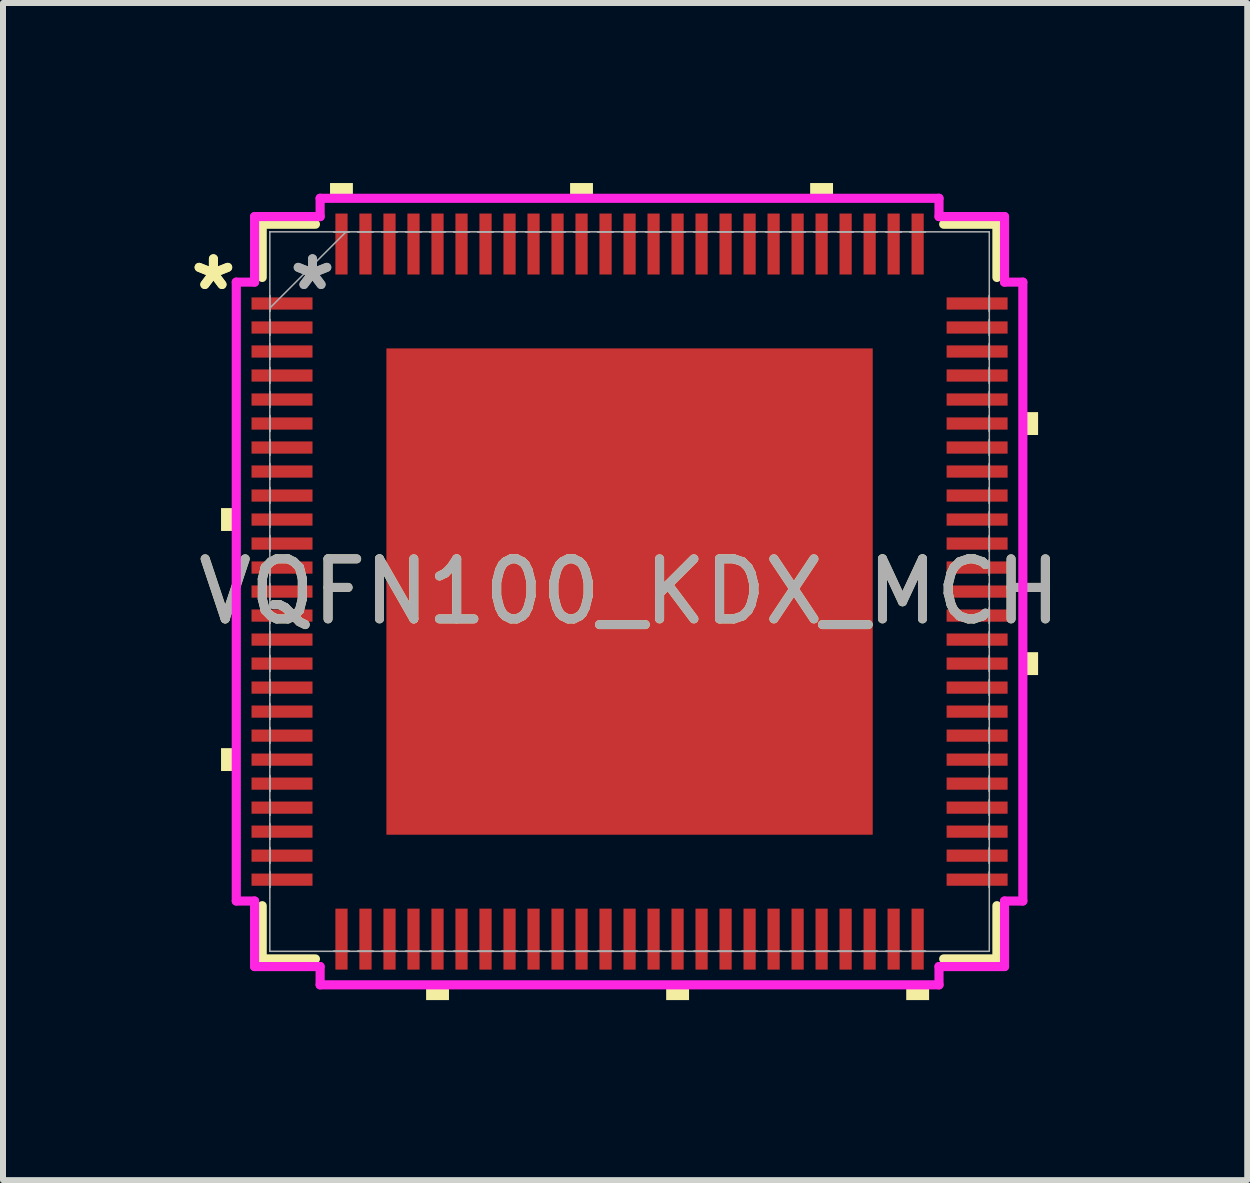
<source format=kicad_pcb>
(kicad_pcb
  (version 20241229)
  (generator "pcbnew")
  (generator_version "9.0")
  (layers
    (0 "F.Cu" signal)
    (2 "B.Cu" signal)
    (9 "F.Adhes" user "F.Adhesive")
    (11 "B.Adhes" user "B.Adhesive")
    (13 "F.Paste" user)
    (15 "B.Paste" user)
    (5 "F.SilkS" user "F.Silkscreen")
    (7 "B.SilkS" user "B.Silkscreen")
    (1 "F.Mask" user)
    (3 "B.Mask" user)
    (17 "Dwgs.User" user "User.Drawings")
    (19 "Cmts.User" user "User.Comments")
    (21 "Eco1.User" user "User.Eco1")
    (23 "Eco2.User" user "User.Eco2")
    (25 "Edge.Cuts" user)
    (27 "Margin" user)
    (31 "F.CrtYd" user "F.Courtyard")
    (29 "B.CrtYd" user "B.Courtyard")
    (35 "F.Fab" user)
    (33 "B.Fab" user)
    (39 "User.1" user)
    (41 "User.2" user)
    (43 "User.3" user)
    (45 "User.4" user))
  (footprint "VQFN100_KDX_MCH"
    (layer "F.Cu")
    (at 7.44 6.807)
    (property "Reference" "VQFN100_KDX_MCH" (at 0 0 0) (unlocked yes) (layer "F.SilkS") (effects (font (size 1 1) (thickness 0.15))))
    (attr smd)
    (fp_line (start -6.121 -6.121) (end -6.121 -5.234) (stroke (width 0.152) (type solid)) (layer "F.SilkS"))
    (fp_line (start -6.121 5.234) (end -6.121 6.121) (stroke (width 0.152) (type solid)) (layer "F.SilkS"))
    (fp_line (start -6.121 6.121) (end -5.234 6.121) (stroke (width 0.152) (type solid)) (layer "F.SilkS"))
    (fp_line (start -5.234 -6.121) (end -6.121 -6.121) (stroke (width 0.152) (type solid)) (layer "F.SilkS"))
    (fp_line (start 5.234 6.121) (end 6.121 6.121) (stroke (width 0.152) (type solid)) (layer "F.SilkS"))
    (fp_line (start 6.121 -6.121) (end 5.234 -6.121) (stroke (width 0.152) (type solid)) (layer "F.SilkS"))
    (fp_line (start 6.121 -5.234) (end 6.121 -6.121) (stroke (width 0.152) (type solid)) (layer "F.SilkS"))
    (fp_line (start 6.121 6.121) (end 6.121 5.234) (stroke (width 0.152) (type solid)) (layer "F.SilkS"))
    (fp_poly (pts (xy -6.807 -1.391) (xy -6.807 -1.01) (xy -6.553 -1.01) (xy -6.553 -1.391)) (stroke (width 0) (type solid)) (fill yes) (layer "F.SilkS"))
    (fp_poly (pts (xy -6.807 2.609) (xy -6.807 2.99) (xy -6.553 2.99) (xy -6.553 2.609)) (stroke (width 0) (type solid)) (fill yes) (layer "F.SilkS"))
    (fp_poly (pts (xy -4.991 -6.553) (xy -4.991 -6.807) (xy -4.61 -6.807) (xy -4.61 -6.553)) (stroke (width 0) (type solid)) (fill yes) (layer "F.SilkS"))
    (fp_poly (pts (xy -3.39 6.553) (xy -3.39 6.807) (xy -3.009 6.807) (xy -3.009 6.553)) (stroke (width 0) (type solid)) (fill yes) (layer "F.SilkS"))
    (fp_poly (pts (xy -0.991 -6.553) (xy -0.991 -6.807) (xy -0.61 -6.807) (xy -0.61 -6.553)) (stroke (width 0) (type solid)) (fill yes) (layer "F.SilkS"))
    (fp_poly (pts (xy 0.61 6.553) (xy 0.61 6.807) (xy 0.991 6.807) (xy 0.991 6.553)) (stroke (width 0) (type solid)) (fill yes) (layer "F.SilkS"))
    (fp_poly (pts (xy 3.009 -6.553) (xy 3.009 -6.807) (xy 3.39 -6.807) (xy 3.39 -6.553)) (stroke (width 0) (type solid)) (fill yes) (layer "F.SilkS"))
    (fp_poly (pts (xy 4.61 6.553) (xy 4.61 6.807) (xy 4.991 6.807) (xy 4.991 6.553)) (stroke (width 0) (type solid)) (fill yes) (layer "F.SilkS"))
    (fp_poly (pts (xy 6.807 -2.99) (xy 6.807 -2.609) (xy 6.553 -2.609) (xy 6.553 -2.99)) (stroke (width 0) (type solid)) (fill yes) (layer "F.SilkS"))
    (fp_poly (pts (xy 6.807 1.01) (xy 6.807 1.391) (xy 6.553 1.391) (xy 6.553 1.01)) (stroke (width 0) (type solid)) (fill yes) (layer "F.SilkS"))
    (fp_poly (pts (xy -3.951 -3.951) (xy -3.951 -2.801) (xy -2.801 -2.801) (xy -2.801 -3.951)) (stroke (width 0) (type solid)) (fill yes) (layer "F.Paste"))
    (fp_poly (pts (xy -3.951 -2.601) (xy -3.951 -1.45) (xy -2.801 -1.45) (xy -2.801 -2.601)) (stroke (width 0) (type solid)) (fill yes) (layer "F.Paste"))
    (fp_poly (pts (xy -3.951 -1.25) (xy -3.951 -0.1) (xy -2.801 -0.1) (xy -2.801 -1.25)) (stroke (width 0) (type solid)) (fill yes) (layer "F.Paste"))
    (fp_poly (pts (xy -3.951 0.1) (xy -3.951 1.25) (xy -2.801 1.25) (xy -2.801 0.1)) (stroke (width 0) (type solid)) (fill yes) (layer "F.Paste"))
    (fp_poly (pts (xy -3.951 1.45) (xy -3.951 2.601) (xy -2.801 2.601) (xy -2.801 1.45)) (stroke (width 0) (type solid)) (fill yes) (layer "F.Paste"))
    (fp_poly (pts (xy -3.951 2.801) (xy -3.951 3.951) (xy -2.801 3.951) (xy -2.801 2.801)) (stroke (width 0) (type solid)) (fill yes) (layer "F.Paste"))
    (fp_poly (pts (xy -2.601 -3.951) (xy -2.601 -2.801) (xy -1.45 -2.801) (xy -1.45 -3.951)) (stroke (width 0) (type solid)) (fill yes) (layer "F.Paste"))
    (fp_poly (pts (xy -2.601 -2.601) (xy -2.601 -1.45) (xy -1.45 -1.45) (xy -1.45 -2.601)) (stroke (width 0) (type solid)) (fill yes) (layer "F.Paste"))
    (fp_poly (pts (xy -2.601 -1.25) (xy -2.601 -0.1) (xy -1.45 -0.1) (xy -1.45 -1.25)) (stroke (width 0) (type solid)) (fill yes) (layer "F.Paste"))
    (fp_poly (pts (xy -2.601 0.1) (xy -2.601 1.25) (xy -1.45 1.25) (xy -1.45 0.1)) (stroke (width 0) (type solid)) (fill yes) (layer "F.Paste"))
    (fp_poly (pts (xy -2.601 1.45) (xy -2.601 2.601) (xy -1.45 2.601) (xy -1.45 1.45)) (stroke (width 0) (type solid)) (fill yes) (layer "F.Paste"))
    (fp_poly (pts (xy -2.601 2.801) (xy -2.601 3.951) (xy -1.45 3.951) (xy -1.45 2.801)) (stroke (width 0) (type solid)) (fill yes) (layer "F.Paste"))
    (fp_poly (pts (xy -1.25 -3.951) (xy -1.25 -2.801) (xy -0.1 -2.801) (xy -0.1 -3.951)) (stroke (width 0) (type solid)) (fill yes) (layer "F.Paste"))
    (fp_poly (pts (xy -1.25 -2.601) (xy -1.25 -1.45) (xy -0.1 -1.45) (xy -0.1 -2.601)) (stroke (width 0) (type solid)) (fill yes) (layer "F.Paste"))
    (fp_poly (pts (xy -1.25 -1.25) (xy -1.25 -0.1) (xy -0.1 -0.1) (xy -0.1 -1.25)) (stroke (width 0) (type solid)) (fill yes) (layer "F.Paste"))
    (fp_poly (pts (xy -1.25 0.1) (xy -1.25 1.25) (xy -0.1 1.25) (xy -0.1 0.1)) (stroke (width 0) (type solid)) (fill yes) (layer "F.Paste"))
    (fp_poly (pts (xy -1.25 1.45) (xy -1.25 2.601) (xy -0.1 2.601) (xy -0.1 1.45)) (stroke (width 0) (type solid)) (fill yes) (layer "F.Paste"))
    (fp_poly (pts (xy -1.25 2.801) (xy -1.25 3.951) (xy -0.1 3.951) (xy -0.1 2.801)) (stroke (width 0) (type solid)) (fill yes) (layer "F.Paste"))
    (fp_poly (pts (xy 0.1 -3.951) (xy 0.1 -2.801) (xy 1.25 -2.801) (xy 1.25 -3.951)) (stroke (width 0) (type solid)) (fill yes) (layer "F.Paste"))
    (fp_poly (pts (xy 0.1 -2.601) (xy 0.1 -1.45) (xy 1.25 -1.45) (xy 1.25 -2.601)) (stroke (width 0) (type solid)) (fill yes) (layer "F.Paste"))
    (fp_poly (pts (xy 0.1 -1.25) (xy 0.1 -0.1) (xy 1.25 -0.1) (xy 1.25 -1.25)) (stroke (width 0) (type solid)) (fill yes) (layer "F.Paste"))
    (fp_poly (pts (xy 0.1 0.1) (xy 0.1 1.25) (xy 1.25 1.25) (xy 1.25 0.1)) (stroke (width 0) (type solid)) (fill yes) (layer "F.Paste"))
    (fp_poly (pts (xy 0.1 1.45) (xy 0.1 2.601) (xy 1.25 2.601) (xy 1.25 1.45)) (stroke (width 0) (type solid)) (fill yes) (layer "F.Paste"))
    (fp_poly (pts (xy 0.1 2.801) (xy 0.1 3.951) (xy 1.25 3.951) (xy 1.25 2.801)) (stroke (width 0) (type solid)) (fill yes) (layer "F.Paste"))
    (fp_poly (pts (xy 1.45 -3.951) (xy 1.45 -2.801) (xy 2.601 -2.801) (xy 2.601 -3.951)) (stroke (width 0) (type solid)) (fill yes) (layer "F.Paste"))
    (fp_poly (pts (xy 1.45 -2.601) (xy 1.45 -1.45) (xy 2.601 -1.45) (xy 2.601 -2.601)) (stroke (width 0) (type solid)) (fill yes) (layer "F.Paste"))
    (fp_poly (pts (xy 1.45 -1.25) (xy 1.45 -0.1) (xy 2.601 -0.1) (xy 2.601 -1.25)) (stroke (width 0) (type solid)) (fill yes) (layer "F.Paste"))
    (fp_poly (pts (xy 1.45 0.1) (xy 1.45 1.25) (xy 2.601 1.25) (xy 2.601 0.1)) (stroke (width 0) (type solid)) (fill yes) (layer "F.Paste"))
    (fp_poly (pts (xy 1.45 1.45) (xy 1.45 2.601) (xy 2.601 2.601) (xy 2.601 1.45)) (stroke (width 0) (type solid)) (fill yes) (layer "F.Paste"))
    (fp_poly (pts (xy 1.45 2.801) (xy 1.45 3.951) (xy 2.601 3.951) (xy 2.601 2.801)) (stroke (width 0) (type solid)) (fill yes) (layer "F.Paste"))
    (fp_poly (pts (xy 2.801 -3.951) (xy 2.801 -2.801) (xy 3.951 -2.801) (xy 3.951 -3.951)) (stroke (width 0) (type solid)) (fill yes) (layer "F.Paste"))
    (fp_poly (pts (xy 2.801 -2.601) (xy 2.801 -1.45) (xy 3.951 -1.45) (xy 3.951 -2.601)) (stroke (width 0) (type solid)) (fill yes) (layer "F.Paste"))
    (fp_poly (pts (xy 2.801 -1.25) (xy 2.801 -0.1) (xy 3.951 -0.1) (xy 3.951 -1.25)) (stroke (width 0) (type solid)) (fill yes) (layer "F.Paste"))
    (fp_poly (pts (xy 2.801 0.1) (xy 2.801 1.25) (xy 3.951 1.25) (xy 3.951 0.1)) (stroke (width 0) (type solid)) (fill yes) (layer "F.Paste"))
    (fp_poly (pts (xy 2.801 1.45) (xy 2.801 2.601) (xy 3.951 2.601) (xy 3.951 1.45)) (stroke (width 0) (type solid)) (fill yes) (layer "F.Paste"))
    (fp_poly (pts (xy 2.801 2.801) (xy 2.801 3.951) (xy 3.951 3.951) (xy 3.951 2.801)) (stroke (width 0) (type solid)) (fill yes) (layer "F.Paste"))
    (fp_line (start -6.553 -5.156) (end -6.248 -5.156) (stroke (width 0.152) (type solid)) (layer "F.CrtYd"))
    (fp_line (start -6.553 5.156) (end -6.553 -5.156) (stroke (width 0.152) (type solid)) (layer "F.CrtYd"))
    (fp_line (start -6.248 -6.248) (end -5.156 -6.248) (stroke (width 0.152) (type solid)) (layer "F.CrtYd"))
    (fp_line (start -6.248 -5.156) (end -6.248 -6.248) (stroke (width 0.152) (type solid)) (layer "F.CrtYd"))
    (fp_line (start -6.248 5.156) (end -6.553 5.156) (stroke (width 0.152) (type solid)) (layer "F.CrtYd"))
    (fp_line (start -6.248 6.248) (end -6.248 5.156) (stroke (width 0.152) (type solid)) (layer "F.CrtYd"))
    (fp_line (start -5.156 -6.553) (end 5.156 -6.553) (stroke (width 0.152) (type solid)) (layer "F.CrtYd"))
    (fp_line (start -5.156 -6.248) (end -5.156 -6.553) (stroke (width 0.152) (type solid)) (layer "F.CrtYd"))
    (fp_line (start -5.156 6.248) (end -6.248 6.248) (stroke (width 0.152) (type solid)) (layer "F.CrtYd"))
    (fp_line (start -5.156 6.553) (end -5.156 6.248) (stroke (width 0.152) (type solid)) (layer "F.CrtYd"))
    (fp_line (start 5.156 -6.553) (end 5.156 -6.248) (stroke (width 0.152) (type solid)) (layer "F.CrtYd"))
    (fp_line (start 5.156 -6.248) (end 6.248 -6.248) (stroke (width 0.152) (type solid)) (layer "F.CrtYd"))
    (fp_line (start 5.156 6.248) (end 5.156 6.553) (stroke (width 0.152) (type solid)) (layer "F.CrtYd"))
    (fp_line (start 5.156 6.553) (end -5.156 6.553) (stroke (width 0.152) (type solid)) (layer "F.CrtYd"))
    (fp_line (start 6.248 -6.248) (end 6.248 -5.156) (stroke (width 0.152) (type solid)) (layer "F.CrtYd"))
    (fp_line (start 6.248 -5.156) (end 6.553 -5.156) (stroke (width 0.152) (type solid)) (layer "F.CrtYd"))
    (fp_line (start 6.248 5.156) (end 6.248 6.248) (stroke (width 0.152) (type solid)) (layer "F.CrtYd"))
    (fp_line (start 6.248 6.248) (end 5.156 6.248) (stroke (width 0.152) (type solid)) (layer "F.CrtYd"))
    (fp_line (start 6.553 -5.156) (end 6.553 5.156) (stroke (width 0.152) (type solid)) (layer "F.CrtYd"))
    (fp_line (start 6.553 5.156) (end 6.248 5.156) (stroke (width 0.152) (type solid)) (layer "F.CrtYd"))
    (fp_line (start -5.994 -5.994) (end -5.994 -5.994) (stroke (width 0.025) (type solid)) (layer "F.Fab"))
    (fp_line (start -5.994 -5.994) (end -5.994 5.994) (stroke (width 0.025) (type solid)) (layer "F.Fab"))
    (fp_line (start -5.994 -4.927) (end -5.994 -4.927) (stroke (width 0.025) (type solid)) (layer "F.Fab"))
    (fp_line (start -5.994 -4.927) (end -5.994 -4.673) (stroke (width 0.025) (type solid)) (layer "F.Fab"))
    (fp_line (start -5.994 -4.724) (end -4.724 -5.994) (stroke (width 0.025) (type solid)) (layer "F.Fab"))
    (fp_line (start -5.994 -4.673) (end -5.994 -4.927) (stroke (width 0.025) (type solid)) (layer "F.Fab"))
    (fp_line (start -5.994 -4.673) (end -5.994 -4.673) (stroke (width 0.025) (type solid)) (layer "F.Fab"))
    (fp_line (start -5.994 -4.527) (end -5.994 -4.527) (stroke (width 0.025) (type solid)) (layer "F.Fab"))
    (fp_line (start -5.994 -4.527) (end -5.994 -4.273) (stroke (width 0.025) (type solid)) (layer "F.Fab"))
    (fp_line (start -5.994 -4.273) (end -5.994 -4.527) (stroke (width 0.025) (type solid)) (layer "F.Fab"))
    (fp_line (start -5.994 -4.273) (end -5.994 -4.273) (stroke (width 0.025) (type solid)) (layer "F.Fab"))
    (fp_line (start -5.994 -4.127) (end -5.994 -4.127) (stroke (width 0.025) (type solid)) (layer "F.Fab"))
    (fp_line (start -5.994 -4.127) (end -5.994 -3.873) (stroke (width 0.025) (type solid)) (layer "F.Fab"))
    (fp_line (start -5.994 -3.873) (end -5.994 -4.127) (stroke (width 0.025) (type solid)) (layer "F.Fab"))
    (fp_line (start -5.994 -3.873) (end -5.994 -3.873) (stroke (width 0.025) (type solid)) (layer "F.Fab"))
    (fp_line (start -5.994 -3.727) (end -5.994 -3.727) (stroke (width 0.025) (type solid)) (layer "F.Fab"))
    (fp_line (start -5.994 -3.727) (end -5.994 -3.473) (stroke (width 0.025) (type solid)) (layer "F.Fab"))
    (fp_line (start -5.994 -3.473) (end -5.994 -3.727) (stroke (width 0.025) (type solid)) (layer "F.Fab"))
    (fp_line (start -5.994 -3.473) (end -5.994 -3.473) (stroke (width 0.025) (type solid)) (layer "F.Fab"))
    (fp_line (start -5.994 -3.327) (end -5.994 -3.327) (stroke (width 0.025) (type solid)) (layer "F.Fab"))
    (fp_line (start -5.994 -3.327) (end -5.994 -3.073) (stroke (width 0.025) (type solid)) (layer "F.Fab"))
    (fp_line (start -5.994 -3.073) (end -5.994 -3.327) (stroke (width 0.025) (type solid)) (layer "F.Fab"))
    (fp_line (start -5.994 -3.073) (end -5.994 -3.073) (stroke (width 0.025) (type solid)) (layer "F.Fab"))
    (fp_line (start -5.994 -2.927) (end -5.994 -2.927) (stroke (width 0.025) (type solid)) (layer "F.Fab"))
    (fp_line (start -5.994 -2.927) (end -5.994 -2.673) (stroke (width 0.025) (type solid)) (layer "F.Fab"))
    (fp_line (start -5.994 -2.673) (end -5.994 -2.927) (stroke (width 0.025) (type solid)) (layer "F.Fab"))
    (fp_line (start -5.994 -2.673) (end -5.994 -2.673) (stroke (width 0.025) (type solid)) (layer "F.Fab"))
    (fp_line (start -5.994 -2.527) (end -5.994 -2.527) (stroke (width 0.025) (type solid)) (layer "F.Fab"))
    (fp_line (start -5.994 -2.527) (end -5.994 -2.273) (stroke (width 0.025) (type solid)) (layer "F.Fab"))
    (fp_line (start -5.994 -2.273) (end -5.994 -2.527) (stroke (width 0.025) (type solid)) (layer "F.Fab"))
    (fp_line (start -5.994 -2.273) (end -5.994 -2.273) (stroke (width 0.025) (type solid)) (layer "F.Fab"))
    (fp_line (start -5.994 -2.127) (end -5.994 -2.127) (stroke (width 0.025) (type solid)) (layer "F.Fab"))
    (fp_line (start -5.994 -2.127) (end -5.994 -1.873) (stroke (width 0.025) (type solid)) (layer "F.Fab"))
    (fp_line (start -5.994 -1.873) (end -5.994 -2.127) (stroke (width 0.025) (type solid)) (layer "F.Fab"))
    (fp_line (start -5.994 -1.873) (end -5.994 -1.873) (stroke (width 0.025) (type solid)) (layer "F.Fab"))
    (fp_line (start -5.994 -1.727) (end -5.994 -1.727) (stroke (width 0.025) (type solid)) (layer "F.Fab"))
    (fp_line (start -5.994 -1.727) (end -5.994 -1.473) (stroke (width 0.025) (type solid)) (layer "F.Fab"))
    (fp_line (start -5.994 -1.473) (end -5.994 -1.727) (stroke (width 0.025) (type solid)) (layer "F.Fab"))
    (fp_line (start -5.994 -1.473) (end -5.994 -1.473) (stroke (width 0.025) (type solid)) (layer "F.Fab"))
    (fp_line (start -5.994 -1.327) (end -5.994 -1.327) (stroke (width 0.025) (type solid)) (layer "F.Fab"))
    (fp_line (start -5.994 -1.327) (end -5.994 -1.073) (stroke (width 0.025) (type solid)) (layer "F.Fab"))
    (fp_line (start -5.994 -1.073) (end -5.994 -1.327) (stroke (width 0.025) (type solid)) (layer "F.Fab"))
    (fp_line (start -5.994 -1.073) (end -5.994 -1.073) (stroke (width 0.025) (type solid)) (layer "F.Fab"))
    (fp_line (start -5.994 -0.927) (end -5.994 -0.927) (stroke (width 0.025) (type solid)) (layer "F.Fab"))
    (fp_line (start -5.994 -0.927) (end -5.994 -0.673) (stroke (width 0.025) (type solid)) (layer "F.Fab"))
    (fp_line (start -5.994 -0.673) (end -5.994 -0.927) (stroke (width 0.025) (type solid)) (layer "F.Fab"))
    (fp_line (start -5.994 -0.673) (end -5.994 -0.673) (stroke (width 0.025) (type solid)) (layer "F.Fab"))
    (fp_line (start -5.994 -0.527) (end -5.994 -0.527) (stroke (width 0.025) (type solid)) (layer "F.Fab"))
    (fp_line (start -5.994 -0.527) (end -5.994 -0.273) (stroke (width 0.025) (type solid)) (layer "F.Fab"))
    (fp_line (start -5.994 -0.273) (end -5.994 -0.527) (stroke (width 0.025) (type solid)) (layer "F.Fab"))
    (fp_line (start -5.994 -0.273) (end -5.994 -0.273) (stroke (width 0.025) (type solid)) (layer "F.Fab"))
    (fp_line (start -5.994 -0.127) (end -5.994 -0.127) (stroke (width 0.025) (type solid)) (layer "F.Fab"))
    (fp_line (start -5.994 -0.127) (end -5.994 0.127) (stroke (width 0.025) (type solid)) (layer "F.Fab"))
    (fp_line (start -5.994 0.127) (end -5.994 -0.127) (stroke (width 0.025) (type solid)) (layer "F.Fab"))
    (fp_line (start -5.994 0.127) (end -5.994 0.127) (stroke (width 0.025) (type solid)) (layer "F.Fab"))
    (fp_line (start -5.994 0.273) (end -5.994 0.273) (stroke (width 0.025) (type solid)) (layer "F.Fab"))
    (fp_line (start -5.994 0.273) (end -5.994 0.527) (stroke (width 0.025) (type solid)) (layer "F.Fab"))
    (fp_line (start -5.994 0.527) (end -5.994 0.273) (stroke (width 0.025) (type solid)) (layer "F.Fab"))
    (fp_line (start -5.994 0.527) (end -5.994 0.527) (stroke (width 0.025) (type solid)) (layer "F.Fab"))
    (fp_line (start -5.994 0.673) (end -5.994 0.673) (stroke (width 0.025) (type solid)) (layer "F.Fab"))
    (fp_line (start -5.994 0.673) (end -5.994 0.927) (stroke (width 0.025) (type solid)) (layer "F.Fab"))
    (fp_line (start -5.994 0.927) (end -5.994 0.673) (stroke (width 0.025) (type solid)) (layer "F.Fab"))
    (fp_line (start -5.994 0.927) (end -5.994 0.927) (stroke (width 0.025) (type solid)) (layer "F.Fab"))
    (fp_line (start -5.994 1.073) (end -5.994 1.073) (stroke (width 0.025) (type solid)) (layer "F.Fab"))
    (fp_line (start -5.994 1.073) (end -5.994 1.327) (stroke (width 0.025) (type solid)) (layer "F.Fab"))
    (fp_line (start -5.994 1.327) (end -5.994 1.073) (stroke (width 0.025) (type solid)) (layer "F.Fab"))
    (fp_line (start -5.994 1.327) (end -5.994 1.327) (stroke (width 0.025) (type solid)) (layer "F.Fab"))
    (fp_line (start -5.994 1.473) (end -5.994 1.473) (stroke (width 0.025) (type solid)) (layer "F.Fab"))
    (fp_line (start -5.994 1.473) (end -5.994 1.727) (stroke (width 0.025) (type solid)) (layer "F.Fab"))
    (fp_line (start -5.994 1.727) (end -5.994 1.473) (stroke (width 0.025) (type solid)) (layer "F.Fab"))
    (fp_line (start -5.994 1.727) (end -5.994 1.727) (stroke (width 0.025) (type solid)) (layer "F.Fab"))
    (fp_line (start -5.994 1.873) (end -5.994 1.873) (stroke (width 0.025) (type solid)) (layer "F.Fab"))
    (fp_line (start -5.994 1.873) (end -5.994 2.127) (stroke (width 0.025) (type solid)) (layer "F.Fab"))
    (fp_line (start -5.994 2.127) (end -5.994 1.873) (stroke (width 0.025) (type solid)) (layer "F.Fab"))
    (fp_line (start -5.994 2.127) (end -5.994 2.127) (stroke (width 0.025) (type solid)) (layer "F.Fab"))
    (fp_line (start -5.994 2.273) (end -5.994 2.273) (stroke (width 0.025) (type solid)) (layer "F.Fab"))
    (fp_line (start -5.994 2.273) (end -5.994 2.527) (stroke (width 0.025) (type solid)) (layer "F.Fab"))
    (fp_line (start -5.994 2.527) (end -5.994 2.273) (stroke (width 0.025) (type solid)) (layer "F.Fab"))
    (fp_line (start -5.994 2.527) (end -5.994 2.527) (stroke (width 0.025) (type solid)) (layer "F.Fab"))
    (fp_line (start -5.994 2.673) (end -5.994 2.673) (stroke (width 0.025) (type solid)) (layer "F.Fab"))
    (fp_line (start -5.994 2.673) (end -5.994 2.927) (stroke (width 0.025) (type solid)) (layer "F.Fab"))
    (fp_line (start -5.994 2.927) (end -5.994 2.673) (stroke (width 0.025) (type solid)) (layer "F.Fab"))
    (fp_line (start -5.994 2.927) (end -5.994 2.927) (stroke (width 0.025) (type solid)) (layer "F.Fab"))
    (fp_line (start -5.994 3.073) (end -5.994 3.073) (stroke (width 0.025) (type solid)) (layer "F.Fab"))
    (fp_line (start -5.994 3.073) (end -5.994 3.327) (stroke (width 0.025) (type solid)) (layer "F.Fab"))
    (fp_line (start -5.994 3.327) (end -5.994 3.073) (stroke (width 0.025) (type solid)) (layer "F.Fab"))
    (fp_line (start -5.994 3.327) (end -5.994 3.327) (stroke (width 0.025) (type solid)) (layer "F.Fab"))
    (fp_line (start -5.994 3.473) (end -5.994 3.473) (stroke (width 0.025) (type solid)) (layer "F.Fab"))
    (fp_line (start -5.994 3.473) (end -5.994 3.727) (stroke (width 0.025) (type solid)) (layer "F.Fab"))
    (fp_line (start -5.994 3.727) (end -5.994 3.473) (stroke (width 0.025) (type solid)) (layer "F.Fab"))
    (fp_line (start -5.994 3.727) (end -5.994 3.727) (stroke (width 0.025) (type solid)) (layer "F.Fab"))
    (fp_line (start -5.994 3.873) (end -5.994 3.873) (stroke (width 0.025) (type solid)) (layer "F.Fab"))
    (fp_line (start -5.994 3.873) (end -5.994 4.127) (stroke (width 0.025) (type solid)) (layer "F.Fab"))
    (fp_line (start -5.994 4.127) (end -5.994 3.873) (stroke (width 0.025) (type solid)) (layer "F.Fab"))
    (fp_line (start -5.994 4.127) (end -5.994 4.127) (stroke (width 0.025) (type solid)) (layer "F.Fab"))
    (fp_line (start -5.994 4.273) (end -5.994 4.273) (stroke (width 0.025) (type solid)) (layer "F.Fab"))
    (fp_line (start -5.994 4.273) (end -5.994 4.527) (stroke (width 0.025) (type solid)) (layer "F.Fab"))
    (fp_line (start -5.994 4.527) (end -5.994 4.273) (stroke (width 0.025) (type solid)) (layer "F.Fab"))
    (fp_line (start -5.994 4.527) (end -5.994 4.527) (stroke (width 0.025) (type solid)) (layer "F.Fab"))
    (fp_line (start -5.994 4.673) (end -5.994 4.673) (stroke (width 0.025) (type solid)) (layer "F.Fab"))
    (fp_line (start -5.994 4.673) (end -5.994 4.927) (stroke (width 0.025) (type solid)) (layer "F.Fab"))
    (fp_line (start -5.994 4.927) (end -5.994 4.673) (stroke (width 0.025) (type solid)) (layer "F.Fab"))
    (fp_line (start -5.994 4.927) (end -5.994 4.927) (stroke (width 0.025) (type solid)) (layer "F.Fab"))
    (fp_line (start -5.994 5.994) (end -5.994 5.994) (stroke (width 0.025) (type solid)) (layer "F.Fab"))
    (fp_line (start -5.994 5.994) (end 5.994 5.994) (stroke (width 0.025) (type solid)) (layer "F.Fab"))
    (fp_line (start -4.927 5.994) (end -4.927 5.994) (stroke (width 0.025) (type solid)) (layer "F.Fab"))
    (fp_line (start -4.927 5.994) (end -4.673 5.994) (stroke (width 0.025) (type solid)) (layer "F.Fab"))
    (fp_line (start -4.927 -5.994) (end -4.927 -5.994) (stroke (width 0.025) (type solid)) (layer "F.Fab"))
    (fp_line (start -4.927 -5.994) (end -4.673 -5.994) (stroke (width 0.025) (type solid)) (layer "F.Fab"))
    (fp_line (start -4.673 5.994) (end -4.927 5.994) (stroke (width 0.025) (type solid)) (layer "F.Fab"))
    (fp_line (start -4.673 5.994) (end -4.673 5.994) (stroke (width 0.025) (type solid)) (layer "F.Fab"))
    (fp_line (start -4.673 -5.994) (end -4.927 -5.994) (stroke (width 0.025) (type solid)) (layer "F.Fab"))
    (fp_line (start -4.673 -5.994) (end -4.673 -5.994) (stroke (width 0.025) (type solid)) (layer "F.Fab"))
    (fp_line (start -4.527 5.994) (end -4.527 5.994) (stroke (width 0.025) (type solid)) (layer "F.Fab"))
    (fp_line (start -4.527 5.994) (end -4.273 5.994) (stroke (width 0.025) (type solid)) (layer "F.Fab"))
    (fp_line (start -4.527 -5.994) (end -4.527 -5.994) (stroke (width 0.025) (type solid)) (layer "F.Fab"))
    (fp_line (start -4.527 -5.994) (end -4.273 -5.994) (stroke (width 0.025) (type solid)) (layer "F.Fab"))
    (fp_line (start -4.273 5.994) (end -4.527 5.994) (stroke (width 0.025) (type solid)) (layer "F.Fab"))
    (fp_line (start -4.273 5.994) (end -4.273 5.994) (stroke (width 0.025) (type solid)) (layer "F.Fab"))
    (fp_line (start -4.273 -5.994) (end -4.527 -5.994) (stroke (width 0.025) (type solid)) (layer "F.Fab"))
    (fp_line (start -4.273 -5.994) (end -4.273 -5.994) (stroke (width 0.025) (type solid)) (layer "F.Fab"))
    (fp_line (start -4.127 5.994) (end -4.127 5.994) (stroke (width 0.025) (type solid)) (layer "F.Fab"))
    (fp_line (start -4.127 5.994) (end -3.873 5.994) (stroke (width 0.025) (type solid)) (layer "F.Fab"))
    (fp_line (start -4.127 -5.994) (end -4.127 -5.994) (stroke (width 0.025) (type solid)) (layer "F.Fab"))
    (fp_line (start -4.127 -5.994) (end -3.873 -5.994) (stroke (width 0.025) (type solid)) (layer "F.Fab"))
    (fp_line (start -3.873 5.994) (end -4.127 5.994) (stroke (width 0.025) (type solid)) (layer "F.Fab"))
    (fp_line (start -3.873 5.994) (end -3.873 5.994) (stroke (width 0.025) (type solid)) (layer "F.Fab"))
    (fp_line (start -3.873 -5.994) (end -4.127 -5.994) (stroke (width 0.025) (type solid)) (layer "F.Fab"))
    (fp_line (start -3.873 -5.994) (end -3.873 -5.994) (stroke (width 0.025) (type solid)) (layer "F.Fab"))
    (fp_line (start -3.727 5.994) (end -3.727 5.994) (stroke (width 0.025) (type solid)) (layer "F.Fab"))
    (fp_line (start -3.727 5.994) (end -3.473 5.994) (stroke (width 0.025) (type solid)) (layer "F.Fab"))
    (fp_line (start -3.727 -5.994) (end -3.727 -5.994) (stroke (width 0.025) (type solid)) (layer "F.Fab"))
    (fp_line (start -3.727 -5.994) (end -3.473 -5.994) (stroke (width 0.025) (type solid)) (layer "F.Fab"))
    (fp_line (start -3.473 5.994) (end -3.727 5.994) (stroke (width 0.025) (type solid)) (layer "F.Fab"))
    (fp_line (start -3.473 5.994) (end -3.473 5.994) (stroke (width 0.025) (type solid)) (layer "F.Fab"))
    (fp_line (start -3.473 -5.994) (end -3.727 -5.994) (stroke (width 0.025) (type solid)) (layer "F.Fab"))
    (fp_line (start -3.473 -5.994) (end -3.473 -5.994) (stroke (width 0.025) (type solid)) (layer "F.Fab"))
    (fp_line (start -3.327 5.994) (end -3.327 5.994) (stroke (width 0.025) (type solid)) (layer "F.Fab"))
    (fp_line (start -3.327 5.994) (end -3.073 5.994) (stroke (width 0.025) (type solid)) (layer "F.Fab"))
    (fp_line (start -3.327 -5.994) (end -3.327 -5.994) (stroke (width 0.025) (type solid)) (layer "F.Fab"))
    (fp_line (start -3.327 -5.994) (end -3.073 -5.994) (stroke (width 0.025) (type solid)) (layer "F.Fab"))
    (fp_line (start -3.073 5.994) (end -3.327 5.994) (stroke (width 0.025) (type solid)) (layer "F.Fab"))
    (fp_line (start -3.073 5.994) (end -3.073 5.994) (stroke (width 0.025) (type solid)) (layer "F.Fab"))
    (fp_line (start -3.073 -5.994) (end -3.327 -5.994) (stroke (width 0.025) (type solid)) (layer "F.Fab"))
    (fp_line (start -3.073 -5.994) (end -3.073 -5.994) (stroke (width 0.025) (type solid)) (layer "F.Fab"))
    (fp_line (start -2.927 5.994) (end -2.927 5.994) (stroke (width 0.025) (type solid)) (layer "F.Fab"))
    (fp_line (start -2.927 5.994) (end -2.673 5.994) (stroke (width 0.025) (type solid)) (layer "F.Fab"))
    (fp_line (start -2.927 -5.994) (end -2.927 -5.994) (stroke (width 0.025) (type solid)) (layer "F.Fab"))
    (fp_line (start -2.927 -5.994) (end -2.673 -5.994) (stroke (width 0.025) (type solid)) (layer "F.Fab"))
    (fp_line (start -2.673 5.994) (end -2.927 5.994) (stroke (width 0.025) (type solid)) (layer "F.Fab"))
    (fp_line (start -2.673 5.994) (end -2.673 5.994) (stroke (width 0.025) (type solid)) (layer "F.Fab"))
    (fp_line (start -2.673 -5.994) (end -2.927 -5.994) (stroke (width 0.025) (type solid)) (layer "F.Fab"))
    (fp_line (start -2.673 -5.994) (end -2.673 -5.994) (stroke (width 0.025) (type solid)) (layer "F.Fab"))
    (fp_line (start -2.527 -5.994) (end -2.527 -5.994) (stroke (width 0.025) (type solid)) (layer "F.Fab"))
    (fp_line (start -2.527 -5.994) (end -2.273 -5.994) (stroke (width 0.025) (type solid)) (layer "F.Fab"))
    (fp_line (start -2.527 5.994) (end -2.527 5.994) (stroke (width 0.025) (type solid)) (layer "F.Fab"))
    (fp_line (start -2.527 5.994) (end -2.273 5.994) (stroke (width 0.025) (type solid)) (layer "F.Fab"))
    (fp_line (start -2.273 -5.994) (end -2.527 -5.994) (stroke (width 0.025) (type solid)) (layer "F.Fab"))
    (fp_line (start -2.273 -5.994) (end -2.273 -5.994) (stroke (width 0.025) (type solid)) (layer "F.Fab"))
    (fp_line (start -2.273 5.994) (end -2.527 5.994) (stroke (width 0.025) (type solid)) (layer "F.Fab"))
    (fp_line (start -2.273 5.994) (end -2.273 5.994) (stroke (width 0.025) (type solid)) (layer "F.Fab"))
    (fp_line (start -2.127 -5.994) (end -2.127 -5.994) (stroke (width 0.025) (type solid)) (layer "F.Fab"))
    (fp_line (start -2.127 -5.994) (end -1.873 -5.994) (stroke (width 0.025) (type solid)) (layer "F.Fab"))
    (fp_line (start -2.127 5.994) (end -2.127 5.994) (stroke (width 0.025) (type solid)) (layer "F.Fab"))
    (fp_line (start -2.127 5.994) (end -1.873 5.994) (stroke (width 0.025) (type solid)) (layer "F.Fab"))
    (fp_line (start -1.873 -5.994) (end -2.127 -5.994) (stroke (width 0.025) (type solid)) (layer "F.Fab"))
    (fp_line (start -1.873 -5.994) (end -1.873 -5.994) (stroke (width 0.025) (type solid)) (layer "F.Fab"))
    (fp_line (start -1.873 5.994) (end -2.127 5.994) (stroke (width 0.025) (type solid)) (layer "F.Fab"))
    (fp_line (start -1.873 5.994) (end -1.873 5.994) (stroke (width 0.025) (type solid)) (layer "F.Fab"))
    (fp_line (start -1.727 -5.994) (end -1.727 -5.994) (stroke (width 0.025) (type solid)) (layer "F.Fab"))
    (fp_line (start -1.727 -5.994) (end -1.473 -5.994) (stroke (width 0.025) (type solid)) (layer "F.Fab"))
    (fp_line (start -1.727 5.994) (end -1.727 5.994) (stroke (width 0.025) (type solid)) (layer "F.Fab"))
    (fp_line (start -1.727 5.994) (end -1.473 5.994) (stroke (width 0.025) (type solid)) (layer "F.Fab"))
    (fp_line (start -1.473 -5.994) (end -1.727 -5.994) (stroke (width 0.025) (type solid)) (layer "F.Fab"))
    (fp_line (start -1.473 -5.994) (end -1.473 -5.994) (stroke (width 0.025) (type solid)) (layer "F.Fab"))
    (fp_line (start -1.473 5.994) (end -1.727 5.994) (stroke (width 0.025) (type solid)) (layer "F.Fab"))
    (fp_line (start -1.473 5.994) (end -1.473 5.994) (stroke (width 0.025) (type solid)) (layer "F.Fab"))
    (fp_line (start -1.327 -5.994) (end -1.327 -5.994) (stroke (width 0.025) (type solid)) (layer "F.Fab"))
    (fp_line (start -1.327 -5.994) (end -1.073 -5.994) (stroke (width 0.025) (type solid)) (layer "F.Fab"))
    (fp_line (start -1.327 5.994) (end -1.327 5.994) (stroke (width 0.025) (type solid)) (layer "F.Fab"))
    (fp_line (start -1.327 5.994) (end -1.073 5.994) (stroke (width 0.025) (type solid)) (layer "F.Fab"))
    (fp_line (start -1.073 -5.994) (end -1.327 -5.994) (stroke (width 0.025) (type solid)) (layer "F.Fab"))
    (fp_line (start -1.073 -5.994) (end -1.073 -5.994) (stroke (width 0.025) (type solid)) (layer "F.Fab"))
    (fp_line (start -1.073 5.994) (end -1.327 5.994) (stroke (width 0.025) (type solid)) (layer "F.Fab"))
    (fp_line (start -1.073 5.994) (end -1.073 5.994) (stroke (width 0.025) (type solid)) (layer "F.Fab"))
    (fp_line (start -0.927 -5.994) (end -0.927 -5.994) (stroke (width 0.025) (type solid)) (layer "F.Fab"))
    (fp_line (start -0.927 -5.994) (end -0.673 -5.994) (stroke (width 0.025) (type solid)) (layer "F.Fab"))
    (fp_line (start -0.927 5.994) (end -0.927 5.994) (stroke (width 0.025) (type solid)) (layer "F.Fab"))
    (fp_line (start -0.927 5.994) (end -0.673 5.994) (stroke (width 0.025) (type solid)) (layer "F.Fab"))
    (fp_line (start -0.673 -5.994) (end -0.927 -5.994) (stroke (width 0.025) (type solid)) (layer "F.Fab"))
    (fp_line (start -0.673 -5.994) (end -0.673 -5.994) (stroke (width 0.025) (type solid)) (layer "F.Fab"))
    (fp_line (start -0.673 5.994) (end -0.927 5.994) (stroke (width 0.025) (type solid)) (layer "F.Fab"))
    (fp_line (start -0.673 5.994) (end -0.673 5.994) (stroke (width 0.025) (type solid)) (layer "F.Fab"))
    (fp_line (start -0.527 -5.994) (end -0.527 -5.994) (stroke (width 0.025) (type solid)) (layer "F.Fab"))
    (fp_line (start -0.527 -5.994) (end -0.273 -5.994) (stroke (width 0.025) (type solid)) (layer "F.Fab"))
    (fp_line (start -0.527 5.994) (end -0.527 5.994) (stroke (width 0.025) (type solid)) (layer "F.Fab"))
    (fp_line (start -0.527 5.994) (end -0.273 5.994) (stroke (width 0.025) (type solid)) (layer "F.Fab"))
    (fp_line (start -0.273 -5.994) (end -0.527 -5.994) (stroke (width 0.025) (type solid)) (layer "F.Fab"))
    (fp_line (start -0.273 -5.994) (end -0.273 -5.994) (stroke (width 0.025) (type solid)) (layer "F.Fab"))
    (fp_line (start -0.273 5.994) (end -0.527 5.994) (stroke (width 0.025) (type solid)) (layer "F.Fab"))
    (fp_line (start -0.273 5.994) (end -0.273 5.994) (stroke (width 0.025) (type solid)) (layer "F.Fab"))
    (fp_line (start -0.127 -5.994) (end -0.127 -5.994) (stroke (width 0.025) (type solid)) (layer "F.Fab"))
    (fp_line (start -0.127 -5.994) (end 0.127 -5.994) (stroke (width 0.025) (type solid)) (layer "F.Fab"))
    (fp_line (start -0.127 5.994) (end -0.127 5.994) (stroke (width 0.025) (type solid)) (layer "F.Fab"))
    (fp_line (start -0.127 5.994) (end 0.127 5.994) (stroke (width 0.025) (type solid)) (layer "F.Fab"))
    (fp_line (start 0.127 -5.994) (end -0.127 -5.994) (stroke (width 0.025) (type solid)) (layer "F.Fab"))
    (fp_line (start 0.127 -5.994) (end 0.127 -5.994) (stroke (width 0.025) (type solid)) (layer "F.Fab"))
    (fp_line (start 0.127 5.994) (end -0.127 5.994) (stroke (width 0.025) (type solid)) (layer "F.Fab"))
    (fp_line (start 0.127 5.994) (end 0.127 5.994) (stroke (width 0.025) (type solid)) (layer "F.Fab"))
    (fp_line (start 0.273 -5.994) (end 0.273 -5.994) (stroke (width 0.025) (type solid)) (layer "F.Fab"))
    (fp_line (start 0.273 -5.994) (end 0.527 -5.994) (stroke (width 0.025) (type solid)) (layer "F.Fab"))
    (fp_line (start 0.273 5.994) (end 0.273 5.994) (stroke (width 0.025) (type solid)) (layer "F.Fab"))
    (fp_line (start 0.273 5.994) (end 0.527 5.994) (stroke (width 0.025) (type solid)) (layer "F.Fab"))
    (fp_line (start 0.527 -5.994) (end 0.273 -5.994) (stroke (width 0.025) (type solid)) (layer "F.Fab"))
    (fp_line (start 0.527 -5.994) (end 0.527 -5.994) (stroke (width 0.025) (type solid)) (layer "F.Fab"))
    (fp_line (start 0.527 5.994) (end 0.273 5.994) (stroke (width 0.025) (type solid)) (layer "F.Fab"))
    (fp_line (start 0.527 5.994) (end 0.527 5.994) (stroke (width 0.025) (type solid)) (layer "F.Fab"))
    (fp_line (start 0.673 -5.994) (end 0.673 -5.994) (stroke (width 0.025) (type solid)) (layer "F.Fab"))
    (fp_line (start 0.673 -5.994) (end 0.927 -5.994) (stroke (width 0.025) (type solid)) (layer "F.Fab"))
    (fp_line (start 0.673 5.994) (end 0.673 5.994) (stroke (width 0.025) (type solid)) (layer "F.Fab"))
    (fp_line (start 0.673 5.994) (end 0.927 5.994) (stroke (width 0.025) (type solid)) (layer "F.Fab"))
    (fp_line (start 0.927 -5.994) (end 0.673 -5.994) (stroke (width 0.025) (type solid)) (layer "F.Fab"))
    (fp_line (start 0.927 -5.994) (end 0.927 -5.994) (stroke (width 0.025) (type solid)) (layer "F.Fab"))
    (fp_line (start 0.927 5.994) (end 0.673 5.994) (stroke (width 0.025) (type solid)) (layer "F.Fab"))
    (fp_line (start 0.927 5.994) (end 0.927 5.994) (stroke (width 0.025) (type solid)) (layer "F.Fab"))
    (fp_line (start 1.073 -5.994) (end 1.073 -5.994) (stroke (width 0.025) (type solid)) (layer "F.Fab"))
    (fp_line (start 1.073 -5.994) (end 1.327 -5.994) (stroke (width 0.025) (type solid)) (layer "F.Fab"))
    (fp_line (start 1.073 5.994) (end 1.073 5.994) (stroke (width 0.025) (type solid)) (layer "F.Fab"))
    (fp_line (start 1.073 5.994) (end 1.327 5.994) (stroke (width 0.025) (type solid)) (layer "F.Fab"))
    (fp_line (start 1.327 -5.994) (end 1.073 -5.994) (stroke (width 0.025) (type solid)) (layer "F.Fab"))
    (fp_line (start 1.327 -5.994) (end 1.327 -5.994) (stroke (width 0.025) (type solid)) (layer "F.Fab"))
    (fp_line (start 1.327 5.994) (end 1.073 5.994) (stroke (width 0.025) (type solid)) (layer "F.Fab"))
    (fp_line (start 1.327 5.994) (end 1.327 5.994) (stroke (width 0.025) (type solid)) (layer "F.Fab"))
    (fp_line (start 1.473 -5.994) (end 1.473 -5.994) (stroke (width 0.025) (type solid)) (layer "F.Fab"))
    (fp_line (start 1.473 -5.994) (end 1.727 -5.994) (stroke (width 0.025) (type solid)) (layer "F.Fab"))
    (fp_line (start 1.473 5.994) (end 1.473 5.994) (stroke (width 0.025) (type solid)) (layer "F.Fab"))
    (fp_line (start 1.473 5.994) (end 1.727 5.994) (stroke (width 0.025) (type solid)) (layer "F.Fab"))
    (fp_line (start 1.727 -5.994) (end 1.473 -5.994) (stroke (width 0.025) (type solid)) (layer "F.Fab"))
    (fp_line (start 1.727 -5.994) (end 1.727 -5.994) (stroke (width 0.025) (type solid)) (layer "F.Fab"))
    (fp_line (start 1.727 5.994) (end 1.473 5.994) (stroke (width 0.025) (type solid)) (layer "F.Fab"))
    (fp_line (start 1.727 5.994) (end 1.727 5.994) (stroke (width 0.025) (type solid)) (layer "F.Fab"))
    (fp_line (start 1.873 -5.994) (end 1.873 -5.994) (stroke (width 0.025) (type solid)) (layer "F.Fab"))
    (fp_line (start 1.873 -5.994) (end 2.127 -5.994) (stroke (width 0.025) (type solid)) (layer "F.Fab"))
    (fp_line (start 1.873 5.994) (end 1.873 5.994) (stroke (width 0.025) (type solid)) (layer "F.Fab"))
    (fp_line (start 1.873 5.994) (end 2.127 5.994) (stroke (width 0.025) (type solid)) (layer "F.Fab"))
    (fp_line (start 2.127 -5.994) (end 1.873 -5.994) (stroke (width 0.025) (type solid)) (layer "F.Fab"))
    (fp_line (start 2.127 -5.994) (end 2.127 -5.994) (stroke (width 0.025) (type solid)) (layer "F.Fab"))
    (fp_line (start 2.127 5.994) (end 1.873 5.994) (stroke (width 0.025) (type solid)) (layer "F.Fab"))
    (fp_line (start 2.127 5.994) (end 2.127 5.994) (stroke (width 0.025) (type solid)) (layer "F.Fab"))
    (fp_line (start 2.273 -5.994) (end 2.273 -5.994) (stroke (width 0.025) (type solid)) (layer "F.Fab"))
    (fp_line (start 2.273 -5.994) (end 2.527 -5.994) (stroke (width 0.025) (type solid)) (layer "F.Fab"))
    (fp_line (start 2.273 5.994) (end 2.273 5.994) (stroke (width 0.025) (type solid)) (layer "F.Fab"))
    (fp_line (start 2.273 5.994) (end 2.527 5.994) (stroke (width 0.025) (type solid)) (layer "F.Fab"))
    (fp_line (start 2.527 -5.994) (end 2.273 -5.994) (stroke (width 0.025) (type solid)) (layer "F.Fab"))
    (fp_line (start 2.527 -5.994) (end 2.527 -5.994) (stroke (width 0.025) (type solid)) (layer "F.Fab"))
    (fp_line (start 2.527 5.994) (end 2.273 5.994) (stroke (width 0.025) (type solid)) (layer "F.Fab"))
    (fp_line (start 2.527 5.994) (end 2.527 5.994) (stroke (width 0.025) (type solid)) (layer "F.Fab"))
    (fp_line (start 2.673 5.994) (end 2.673 5.994) (stroke (width 0.025) (type solid)) (layer "F.Fab"))
    (fp_line (start 2.673 5.994) (end 2.927 5.994) (stroke (width 0.025) (type solid)) (layer "F.Fab"))
    (fp_line (start 2.673 -5.994) (end 2.673 -5.994) (stroke (width 0.025) (type solid)) (layer "F.Fab"))
    (fp_line (start 2.673 -5.994) (end 2.927 -5.994) (stroke (width 0.025) (type solid)) (layer "F.Fab"))
    (fp_line (start 2.927 5.994) (end 2.673 5.994) (stroke (width 0.025) (type solid)) (layer "F.Fab"))
    (fp_line (start 2.927 5.994) (end 2.927 5.994) (stroke (width 0.025) (type solid)) (layer "F.Fab"))
    (fp_line (start 2.927 -5.994) (end 2.673 -5.994) (stroke (width 0.025) (type solid)) (layer "F.Fab"))
    (fp_line (start 2.927 -5.994) (end 2.927 -5.994) (stroke (width 0.025) (type solid)) (layer "F.Fab"))
    (fp_line (start 3.073 5.994) (end 3.073 5.994) (stroke (width 0.025) (type solid)) (layer "F.Fab"))
    (fp_line (start 3.073 5.994) (end 3.327 5.994) (stroke (width 0.025) (type solid)) (layer "F.Fab"))
    (fp_line (start 3.073 -5.994) (end 3.073 -5.994) (stroke (width 0.025) (type solid)) (layer "F.Fab"))
    (fp_line (start 3.073 -5.994) (end 3.327 -5.994) (stroke (width 0.025) (type solid)) (layer "F.Fab"))
    (fp_line (start 3.327 5.994) (end 3.073 5.994) (stroke (width 0.025) (type solid)) (layer "F.Fab"))
    (fp_line (start 3.327 5.994) (end 3.327 5.994) (stroke (width 0.025) (type solid)) (layer "F.Fab"))
    (fp_line (start 3.327 -5.994) (end 3.073 -5.994) (stroke (width 0.025) (type solid)) (layer "F.Fab"))
    (fp_line (start 3.327 -5.994) (end 3.327 -5.994) (stroke (width 0.025) (type solid)) (layer "F.Fab"))
    (fp_line (start 3.473 5.994) (end 3.473 5.994) (stroke (width 0.025) (type solid)) (layer "F.Fab"))
    (fp_line (start 3.473 5.994) (end 3.727 5.994) (stroke (width 0.025) (type solid)) (layer "F.Fab"))
    (fp_line (start 3.473 -5.994) (end 3.473 -5.994) (stroke (width 0.025) (type solid)) (layer "F.Fab"))
    (fp_line (start 3.473 -5.994) (end 3.727 -5.994) (stroke (width 0.025) (type solid)) (layer "F.Fab"))
    (fp_line (start 3.727 5.994) (end 3.473 5.994) (stroke (width 0.025) (type solid)) (layer "F.Fab"))
    (fp_line (start 3.727 5.994) (end 3.727 5.994) (stroke (width 0.025) (type solid)) (layer "F.Fab"))
    (fp_line (start 3.727 -5.994) (end 3.473 -5.994) (stroke (width 0.025) (type solid)) (layer "F.Fab"))
    (fp_line (start 3.727 -5.994) (end 3.727 -5.994) (stroke (width 0.025) (type solid)) (layer "F.Fab"))
    (fp_line (start 3.873 5.994) (end 3.873 5.994) (stroke (width 0.025) (type solid)) (layer "F.Fab"))
    (fp_line (start 3.873 5.994) (end 4.127 5.994) (stroke (width 0.025) (type solid)) (layer "F.Fab"))
    (fp_line (start 3.873 -5.994) (end 3.873 -5.994) (stroke (width 0.025) (type solid)) (layer "F.Fab"))
    (fp_line (start 3.873 -5.994) (end 4.127 -5.994) (stroke (width 0.025) (type solid)) (layer "F.Fab"))
    (fp_line (start 4.127 5.994) (end 3.873 5.994) (stroke (width 0.025) (type solid)) (layer "F.Fab"))
    (fp_line (start 4.127 5.994) (end 4.127 5.994) (stroke (width 0.025) (type solid)) (layer "F.Fab"))
    (fp_line (start 4.127 -5.994) (end 3.873 -5.994) (stroke (width 0.025) (type solid)) (layer "F.Fab"))
    (fp_line (start 4.127 -5.994) (end 4.127 -5.994) (stroke (width 0.025) (type solid)) (layer "F.Fab"))
    (fp_line (start 4.273 5.994) (end 4.273 5.994) (stroke (width 0.025) (type solid)) (layer "F.Fab"))
    (fp_line (start 4.273 5.994) (end 4.527 5.994) (stroke (width 0.025) (type solid)) (layer "F.Fab"))
    (fp_line (start 4.273 -5.994) (end 4.273 -5.994) (stroke (width 0.025) (type solid)) (layer "F.Fab"))
    (fp_line (start 4.273 -5.994) (end 4.527 -5.994) (stroke (width 0.025) (type solid)) (layer "F.Fab"))
    (fp_line (start 4.527 5.994) (end 4.273 5.994) (stroke (width 0.025) (type solid)) (layer "F.Fab"))
    (fp_line (start 4.527 5.994) (end 4.527 5.994) (stroke (width 0.025) (type solid)) (layer "F.Fab"))
    (fp_line (start 4.527 -5.994) (end 4.273 -5.994) (stroke (width 0.025) (type solid)) (layer "F.Fab"))
    (fp_line (start 4.527 -5.994) (end 4.527 -5.994) (stroke (width 0.025) (type solid)) (layer "F.Fab"))
    (fp_line (start 4.673 5.994) (end 4.673 5.994) (stroke (width 0.025) (type solid)) (layer "F.Fab"))
    (fp_line (start 4.673 5.994) (end 4.927 5.994) (stroke (width 0.025) (type solid)) (layer "F.Fab"))
    (fp_line (start 4.673 -5.994) (end 4.673 -5.994) (stroke (width 0.025) (type solid)) (layer "F.Fab"))
    (fp_line (start 4.673 -5.994) (end 4.927 -5.994) (stroke (width 0.025) (type solid)) (layer "F.Fab"))
    (fp_line (start 4.927 5.994) (end 4.673 5.994) (stroke (width 0.025) (type solid)) (layer "F.Fab"))
    (fp_line (start 4.927 5.994) (end 4.927 5.994) (stroke (width 0.025) (type solid)) (layer "F.Fab"))
    (fp_line (start 4.927 -5.994) (end 4.673 -5.994) (stroke (width 0.025) (type solid)) (layer "F.Fab"))
    (fp_line (start 4.927 -5.994) (end 4.927 -5.994) (stroke (width 0.025) (type solid)) (layer "F.Fab"))
    (fp_line (start 5.994 -5.994) (end -5.994 -5.994) (stroke (width 0.025) (type solid)) (layer "F.Fab"))
    (fp_line (start 5.994 -5.994) (end 5.994 -5.994) (stroke (width 0.025) (type solid)) (layer "F.Fab"))
    (fp_line (start 5.994 -4.927) (end 5.994 -4.927) (stroke (width 0.025) (type solid)) (layer "F.Fab"))
    (fp_line (start 5.994 -4.927) (end 5.994 -4.673) (stroke (width 0.025) (type solid)) (layer "F.Fab"))
    (fp_line (start 5.994 -4.673) (end 5.994 -4.927) (stroke (width 0.025) (type solid)) (layer "F.Fab"))
    (fp_line (start 5.994 -4.673) (end 5.994 -4.673) (stroke (width 0.025) (type solid)) (layer "F.Fab"))
    (fp_line (start 5.994 -4.527) (end 5.994 -4.527) (stroke (width 0.025) (type solid)) (layer "F.Fab"))
    (fp_line (start 5.994 -4.527) (end 5.994 -4.273) (stroke (width 0.025) (type solid)) (layer "F.Fab"))
    (fp_line (start 5.994 -4.273) (end 5.994 -4.527) (stroke (width 0.025) (type solid)) (layer "F.Fab"))
    (fp_line (start 5.994 -4.273) (end 5.994 -4.273) (stroke (width 0.025) (type solid)) (layer "F.Fab"))
    (fp_line (start 5.994 -4.127) (end 5.994 -4.127) (stroke (width 0.025) (type solid)) (layer "F.Fab"))
    (fp_line (start 5.994 -4.127) (end 5.994 -3.873) (stroke (width 0.025) (type solid)) (layer "F.Fab"))
    (fp_line (start 5.994 -3.873) (end 5.994 -4.127) (stroke (width 0.025) (type solid)) (layer "F.Fab"))
    (fp_line (start 5.994 -3.873) (end 5.994 -3.873) (stroke (width 0.025) (type solid)) (layer "F.Fab"))
    (fp_line (start 5.994 -3.727) (end 5.994 -3.727) (stroke (width 0.025) (type solid)) (layer "F.Fab"))
    (fp_line (start 5.994 -3.727) (end 5.994 -3.473) (stroke (width 0.025) (type solid)) (layer "F.Fab"))
    (fp_line (start 5.994 -3.473) (end 5.994 -3.727) (stroke (width 0.025) (type solid)) (layer "F.Fab"))
    (fp_line (start 5.994 -3.473) (end 5.994 -3.473) (stroke (width 0.025) (type solid)) (layer "F.Fab"))
    (fp_line (start 5.994 -3.327) (end 5.994 -3.327) (stroke (width 0.025) (type solid)) (layer "F.Fab"))
    (fp_line (start 5.994 -3.327) (end 5.994 -3.073) (stroke (width 0.025) (type solid)) (layer "F.Fab"))
    (fp_line (start 5.994 -3.073) (end 5.994 -3.327) (stroke (width 0.025) (type solid)) (layer "F.Fab"))
    (fp_line (start 5.994 -3.073) (end 5.994 -3.073) (stroke (width 0.025) (type solid)) (layer "F.Fab"))
    (fp_line (start 5.994 -2.927) (end 5.994 -2.927) (stroke (width 0.025) (type solid)) (layer "F.Fab"))
    (fp_line (start 5.994 -2.927) (end 5.994 -2.673) (stroke (width 0.025) (type solid)) (layer "F.Fab"))
    (fp_line (start 5.994 -2.673) (end 5.994 -2.927) (stroke (width 0.025) (type solid)) (layer "F.Fab"))
    (fp_line (start 5.994 -2.673) (end 5.994 -2.673) (stroke (width 0.025) (type solid)) (layer "F.Fab"))
    (fp_line (start 5.994 -2.527) (end 5.994 -2.527) (stroke (width 0.025) (type solid)) (layer "F.Fab"))
    (fp_line (start 5.994 -2.527) (end 5.994 -2.273) (stroke (width 0.025) (type solid)) (layer "F.Fab"))
    (fp_line (start 5.994 -2.273) (end 5.994 -2.527) (stroke (width 0.025) (type solid)) (layer "F.Fab"))
    (fp_line (start 5.994 -2.273) (end 5.994 -2.273) (stroke (width 0.025) (type solid)) (layer "F.Fab"))
    (fp_line (start 5.994 -2.127) (end 5.994 -2.127) (stroke (width 0.025) (type solid)) (layer "F.Fab"))
    (fp_line (start 5.994 -2.127) (end 5.994 -1.873) (stroke (width 0.025) (type solid)) (layer "F.Fab"))
    (fp_line (start 5.994 -1.873) (end 5.994 -2.127) (stroke (width 0.025) (type solid)) (layer "F.Fab"))
    (fp_line (start 5.994 -1.873) (end 5.994 -1.873) (stroke (width 0.025) (type solid)) (layer "F.Fab"))
    (fp_line (start 5.994 -1.727) (end 5.994 -1.727) (stroke (width 0.025) (type solid)) (layer "F.Fab"))
    (fp_line (start 5.994 -1.727) (end 5.994 -1.473) (stroke (width 0.025) (type solid)) (layer "F.Fab"))
    (fp_line (start 5.994 -1.473) (end 5.994 -1.727) (stroke (width 0.025) (type solid)) (layer "F.Fab"))
    (fp_line (start 5.994 -1.473) (end 5.994 -1.473) (stroke (width 0.025) (type solid)) (layer "F.Fab"))
    (fp_line (start 5.994 -1.327) (end 5.994 -1.327) (stroke (width 0.025) (type solid)) (layer "F.Fab"))
    (fp_line (start 5.994 -1.327) (end 5.994 -1.073) (stroke (width 0.025) (type solid)) (layer "F.Fab"))
    (fp_line (start 5.994 -1.073) (end 5.994 -1.327) (stroke (width 0.025) (type solid)) (layer "F.Fab"))
    (fp_line (start 5.994 -1.073) (end 5.994 -1.073) (stroke (width 0.025) (type solid)) (layer "F.Fab"))
    (fp_line (start 5.994 -0.927) (end 5.994 -0.927) (stroke (width 0.025) (type solid)) (layer "F.Fab"))
    (fp_line (start 5.994 -0.927) (end 5.994 -0.673) (stroke (width 0.025) (type solid)) (layer "F.Fab"))
    (fp_line (start 5.994 -0.673) (end 5.994 -0.927) (stroke (width 0.025) (type solid)) (layer "F.Fab"))
    (fp_line (start 5.994 -0.673) (end 5.994 -0.673) (stroke (width 0.025) (type solid)) (layer "F.Fab"))
    (fp_line (start 5.994 -0.527) (end 5.994 -0.527) (stroke (width 0.025) (type solid)) (layer "F.Fab"))
    (fp_line (start 5.994 -0.527) (end 5.994 -0.273) (stroke (width 0.025) (type solid)) (layer "F.Fab"))
    (fp_line (start 5.994 -0.273) (end 5.994 -0.527) (stroke (width 0.025) (type solid)) (layer "F.Fab"))
    (fp_line (start 5.994 -0.273) (end 5.994 -0.273) (stroke (width 0.025) (type solid)) (layer "F.Fab"))
    (fp_line (start 5.994 -0.127) (end 5.994 -0.127) (stroke (width 0.025) (type solid)) (layer "F.Fab"))
    (fp_line (start 5.994 -0.127) (end 5.994 0.127) (stroke (width 0.025) (type solid)) (layer "F.Fab"))
    (fp_line (start 5.994 0.127) (end 5.994 -0.127) (stroke (width 0.025) (type solid)) (layer "F.Fab"))
    (fp_line (start 5.994 0.127) (end 5.994 0.127) (stroke (width 0.025) (type solid)) (layer "F.Fab"))
    (fp_line (start 5.994 0.273) (end 5.994 0.273) (stroke (width 0.025) (type solid)) (layer "F.Fab"))
    (fp_line (start 5.994 0.273) (end 5.994 0.527) (stroke (width 0.025) (type solid)) (layer "F.Fab"))
    (fp_line (start 5.994 0.527) (end 5.994 0.273) (stroke (width 0.025) (type solid)) (layer "F.Fab"))
    (fp_line (start 5.994 0.527) (end 5.994 0.527) (stroke (width 0.025) (type solid)) (layer "F.Fab"))
    (fp_line (start 5.994 0.673) (end 5.994 0.673) (stroke (width 0.025) (type solid)) (layer "F.Fab"))
    (fp_line (start 5.994 0.673) (end 5.994 0.927) (stroke (width 0.025) (type solid)) (layer "F.Fab"))
    (fp_line (start 5.994 0.927) (end 5.994 0.673) (stroke (width 0.025) (type solid)) (layer "F.Fab"))
    (fp_line (start 5.994 0.927) (end 5.994 0.927) (stroke (width 0.025) (type solid)) (layer "F.Fab"))
    (fp_line (start 5.994 1.073) (end 5.994 1.073) (stroke (width 0.025) (type solid)) (layer "F.Fab"))
    (fp_line (start 5.994 1.073) (end 5.994 1.327) (stroke (width 0.025) (type solid)) (layer "F.Fab"))
    (fp_line (start 5.994 1.327) (end 5.994 1.073) (stroke (width 0.025) (type solid)) (layer "F.Fab"))
    (fp_line (start 5.994 1.327) (end 5.994 1.327) (stroke (width 0.025) (type solid)) (layer "F.Fab"))
    (fp_line (start 5.994 1.473) (end 5.994 1.473) (stroke (width 0.025) (type solid)) (layer "F.Fab"))
    (fp_line (start 5.994 1.473) (end 5.994 1.727) (stroke (width 0.025) (type solid)) (layer "F.Fab"))
    (fp_line (start 5.994 1.727) (end 5.994 1.473) (stroke (width 0.025) (type solid)) (layer "F.Fab"))
    (fp_line (start 5.994 1.727) (end 5.994 1.727) (stroke (width 0.025) (type solid)) (layer "F.Fab"))
    (fp_line (start 5.994 1.873) (end 5.994 1.873) (stroke (width 0.025) (type solid)) (layer "F.Fab"))
    (fp_line (start 5.994 1.873) (end 5.994 2.127) (stroke (width 0.025) (type solid)) (layer "F.Fab"))
    (fp_line (start 5.994 2.127) (end 5.994 1.873) (stroke (width 0.025) (type solid)) (layer "F.Fab"))
    (fp_line (start 5.994 2.127) (end 5.994 2.127) (stroke (width 0.025) (type solid)) (layer "F.Fab"))
    (fp_line (start 5.994 2.273) (end 5.994 2.273) (stroke (width 0.025) (type solid)) (layer "F.Fab"))
    (fp_line (start 5.994 2.273) (end 5.994 2.527) (stroke (width 0.025) (type solid)) (layer "F.Fab"))
    (fp_line (start 5.994 2.527) (end 5.994 2.273) (stroke (width 0.025) (type solid)) (layer "F.Fab"))
    (fp_line (start 5.994 2.527) (end 5.994 2.527) (stroke (width 0.025) (type solid)) (layer "F.Fab"))
    (fp_line (start 5.994 2.673) (end 5.994 2.673) (stroke (width 0.025) (type solid)) (layer "F.Fab"))
    (fp_line (start 5.994 2.673) (end 5.994 2.927) (stroke (width 0.025) (type solid)) (layer "F.Fab"))
    (fp_line (start 5.994 2.927) (end 5.994 2.673) (stroke (width 0.025) (type solid)) (layer "F.Fab"))
    (fp_line (start 5.994 2.927) (end 5.994 2.927) (stroke (width 0.025) (type solid)) (layer "F.Fab"))
    (fp_line (start 5.994 3.073) (end 5.994 3.073) (stroke (width 0.025) (type solid)) (layer "F.Fab"))
    (fp_line (start 5.994 3.073) (end 5.994 3.327) (stroke (width 0.025) (type solid)) (layer "F.Fab"))
    (fp_line (start 5.994 3.327) (end 5.994 3.073) (stroke (width 0.025) (type solid)) (layer "F.Fab"))
    (fp_line (start 5.994 3.327) (end 5.994 3.327) (stroke (width 0.025) (type solid)) (layer "F.Fab"))
    (fp_line (start 5.994 3.473) (end 5.994 3.473) (stroke (width 0.025) (type solid)) (layer "F.Fab"))
    (fp_line (start 5.994 3.473) (end 5.994 3.727) (stroke (width 0.025) (type solid)) (layer "F.Fab"))
    (fp_line (start 5.994 3.727) (end 5.994 3.473) (stroke (width 0.025) (type solid)) (layer "F.Fab"))
    (fp_line (start 5.994 3.727) (end 5.994 3.727) (stroke (width 0.025) (type solid)) (layer "F.Fab"))
    (fp_line (start 5.994 3.873) (end 5.994 3.873) (stroke (width 0.025) (type solid)) (layer "F.Fab"))
    (fp_line (start 5.994 3.873) (end 5.994 4.127) (stroke (width 0.025) (type solid)) (layer "F.Fab"))
    (fp_line (start 5.994 4.127) (end 5.994 3.873) (stroke (width 0.025) (type solid)) (layer "F.Fab"))
    (fp_line (start 5.994 4.127) (end 5.994 4.127) (stroke (width 0.025) (type solid)) (layer "F.Fab"))
    (fp_line (start 5.994 4.273) (end 5.994 4.273) (stroke (width 0.025) (type solid)) (layer "F.Fab"))
    (fp_line (start 5.994 4.273) (end 5.994 4.527) (stroke (width 0.025) (type solid)) (layer "F.Fab"))
    (fp_line (start 5.994 4.527) (end 5.994 4.273) (stroke (width 0.025) (type solid)) (layer "F.Fab"))
    (fp_line (start 5.994 4.527) (end 5.994 4.527) (stroke (width 0.025) (type solid)) (layer "F.Fab"))
    (fp_line (start 5.994 4.673) (end 5.994 4.673) (stroke (width 0.025) (type solid)) (layer "F.Fab"))
    (fp_line (start 5.994 4.673) (end 5.994 4.927) (stroke (width 0.025) (type solid)) (layer "F.Fab"))
    (fp_line (start 5.994 4.927) (end 5.994 4.673) (stroke (width 0.025) (type solid)) (layer "F.Fab"))
    (fp_line (start 5.994 4.927) (end 5.994 4.927) (stroke (width 0.025) (type solid)) (layer "F.Fab"))
    (fp_line (start 5.994 5.994) (end 5.994 -5.994) (stroke (width 0.025) (type solid)) (layer "F.Fab"))
    (fp_line (start 5.994 5.994) (end 5.994 5.994) (stroke (width 0.025) (type solid)) (layer "F.Fab"))
    (fp_text user "*" (at -6.934 -5 0) (unlocked yes) (layer "F.SilkS") (effects (font (size 1 1) (thickness 0.15))))
    (fp_text user "*" (at -6.934 -5 0) (layer "F.SilkS") (effects (font (size 1 1) (thickness 0.15))))
    (fp_text user "*" (at -5.283 -5 0) (unlocked yes) (layer "F.Fab") (effects (font (size 1 1) (thickness 0.15))))
    (fp_text user "${REFERENCE}" (at 0 0 0) (unlocked yes) (layer "F.Fab") (effects (font (size 1 1) (thickness 0.15))))
    (fp_text user "*" (at -5.283 -5 0) (layer "F.Fab") (effects (font (size 1 1) (thickness 0.15))))
    (pad "1" smd rect (at -5.791 -4.8 90) (size 0.203 1.016) (layers "F.Cu" "F.Mask" "F.Paste"))
    (pad "2" smd rect (at -5.791 -4.4 90) (size 0.203 1.016) (layers "F.Cu" "F.Mask" "F.Paste"))
    (pad "3" smd rect (at -5.791 -4 90) (size 0.203 1.016) (layers "F.Cu" "F.Mask" "F.Paste"))
    (pad "4" smd rect (at -5.791 -3.6 90) (size 0.203 1.016) (layers "F.Cu" "F.Mask" "F.Paste"))
    (pad "5" smd rect (at -5.791 -3.2 90) (size 0.203 1.016) (layers "F.Cu" "F.Mask" "F.Paste"))
    (pad "6" smd rect (at -5.791 -2.8 90) (size 0.203 1.016) (layers "F.Cu" "F.Mask" "F.Paste"))
    (pad "7" smd rect (at -5.791 -2.4 90) (size 0.203 1.016) (layers "F.Cu" "F.Mask" "F.Paste"))
    (pad "8" smd rect (at -5.791 -2 90) (size 0.203 1.016) (layers "F.Cu" "F.Mask" "F.Paste"))
    (pad "9" smd rect (at -5.791 -1.6 90) (size 0.203 1.016) (layers "F.Cu" "F.Mask" "F.Paste"))
    (pad "10" smd rect (at -5.791 -1.2 90) (size 0.203 1.016) (layers "F.Cu" "F.Mask" "F.Paste"))
    (pad "11" smd rect (at -5.791 -0.8 90) (size 0.203 1.016) (layers "F.Cu" "F.Mask" "F.Paste"))
    (pad "12" smd rect (at -5.791 -0.4 90) (size 0.203 1.016) (layers "F.Cu" "F.Mask" "F.Paste"))
    (pad "13" smd rect (at -5.791 0 90) (size 0.203 1.016) (layers "F.Cu" "F.Mask" "F.Paste"))
    (pad "14" smd rect (at -5.791 0.4 90) (size 0.203 1.016) (layers "F.Cu" "F.Mask" "F.Paste"))
    (pad "15" smd rect (at -5.791 0.8 90) (size 0.203 1.016) (layers "F.Cu" "F.Mask" "F.Paste"))
    (pad "16" smd rect (at -5.791 1.2 90) (size 0.203 1.016) (layers "F.Cu" "F.Mask" "F.Paste"))
    (pad "17" smd rect (at -5.791 1.6 90) (size 0.203 1.016) (layers "F.Cu" "F.Mask" "F.Paste"))
    (pad "18" smd rect (at -5.791 2 90) (size 0.203 1.016) (layers "F.Cu" "F.Mask" "F.Paste"))
    (pad "19" smd rect (at -5.791 2.4 90) (size 0.203 1.016) (layers "F.Cu" "F.Mask" "F.Paste"))
    (pad "20" smd rect (at -5.791 2.8 90) (size 0.203 1.016) (layers "F.Cu" "F.Mask" "F.Paste"))
    (pad "21" smd rect (at -5.791 3.2 90) (size 0.203 1.016) (layers "F.Cu" "F.Mask" "F.Paste"))
    (pad "22" smd rect (at -5.791 3.6 90) (size 0.203 1.016) (layers "F.Cu" "F.Mask" "F.Paste"))
    (pad "23" smd rect (at -5.791 4 90) (size 0.203 1.016) (layers "F.Cu" "F.Mask" "F.Paste"))
    (pad "24" smd rect (at -5.791 4.4 90) (size 0.203 1.016) (layers "F.Cu" "F.Mask" "F.Paste"))
    (pad "25" smd rect (at -5.791 4.8 90) (size 0.203 1.016) (layers "F.Cu" "F.Mask" "F.Paste"))
    (pad "26" smd rect (at -4.8 5.791) (size 0.203 1.016) (layers "F.Cu" "F.Mask" "F.Paste"))
    (pad "27" smd rect (at -4.4 5.791) (size 0.203 1.016) (layers "F.Cu" "F.Mask" "F.Paste"))
    (pad "28" smd rect (at -4 5.791) (size 0.203 1.016) (layers "F.Cu" "F.Mask" "F.Paste"))
    (pad "29" smd rect (at -3.6 5.791) (size 0.203 1.016) (layers "F.Cu" "F.Mask" "F.Paste"))
    (pad "30" smd rect (at -3.2 5.791) (size 0.203 1.016) (layers "F.Cu" "F.Mask" "F.Paste"))
    (pad "31" smd rect (at -2.8 5.791) (size 0.203 1.016) (layers "F.Cu" "F.Mask" "F.Paste"))
    (pad "32" smd rect (at -2.4 5.791) (size 0.203 1.016) (layers "F.Cu" "F.Mask" "F.Paste"))
    (pad "33" smd rect (at -2 5.791) (size 0.203 1.016) (layers "F.Cu" "F.Mask" "F.Paste"))
    (pad "34" smd rect (at -1.6 5.791) (size 0.203 1.016) (layers "F.Cu" "F.Mask" "F.Paste"))
    (pad "35" smd rect (at -1.2 5.791) (size 0.203 1.016) (layers "F.Cu" "F.Mask" "F.Paste"))
    (pad "36" smd rect (at -0.8 5.791) (size 0.203 1.016) (layers "F.Cu" "F.Mask" "F.Paste"))
    (pad "37" smd rect (at -0.4 5.791) (size 0.203 1.016) (layers "F.Cu" "F.Mask" "F.Paste"))
    (pad "38" smd rect (at 0 5.791) (size 0.203 1.016) (layers "F.Cu" "F.Mask" "F.Paste"))
    (pad "39" smd rect (at 0.4 5.791) (size 0.203 1.016) (layers "F.Cu" "F.Mask" "F.Paste"))
    (pad "40" smd rect (at 0.8 5.791) (size 0.203 1.016) (layers "F.Cu" "F.Mask" "F.Paste"))
    (pad "41" smd rect (at 1.2 5.791) (size 0.203 1.016) (layers "F.Cu" "F.Mask" "F.Paste"))
    (pad "42" smd rect (at 1.6 5.791) (size 0.203 1.016) (layers "F.Cu" "F.Mask" "F.Paste"))
    (pad "43" smd rect (at 2 5.791) (size 0.203 1.016) (layers "F.Cu" "F.Mask" "F.Paste"))
    (pad "44" smd rect (at 2.4 5.791) (size 0.203 1.016) (layers "F.Cu" "F.Mask" "F.Paste"))
    (pad "45" smd rect (at 2.8 5.791) (size 0.203 1.016) (layers "F.Cu" "F.Mask" "F.Paste"))
    (pad "46" smd rect (at 3.2 5.791) (size 0.203 1.016) (layers "F.Cu" "F.Mask" "F.Paste"))
    (pad "47" smd rect (at 3.6 5.791) (size 0.203 1.016) (layers "F.Cu" "F.Mask" "F.Paste"))
    (pad "48" smd rect (at 4 5.791) (size 0.203 1.016) (layers "F.Cu" "F.Mask" "F.Paste"))
    (pad "49" smd rect (at 4.4 5.791) (size 0.203 1.016) (layers "F.Cu" "F.Mask" "F.Paste"))
    (pad "50" smd rect (at 4.8 5.791) (size 0.203 1.016) (layers "F.Cu" "F.Mask" "F.Paste"))
    (pad "51" smd rect (at 5.791 4.8 90) (size 0.203 1.016) (layers "F.Cu" "F.Mask" "F.Paste"))
    (pad "52" smd rect (at 5.791 4.4 90) (size 0.203 1.016) (layers "F.Cu" "F.Mask" "F.Paste"))
    (pad "53" smd rect (at 5.791 4 90) (size 0.203 1.016) (layers "F.Cu" "F.Mask" "F.Paste"))
    (pad "54" smd rect (at 5.791 3.6 90) (size 0.203 1.016) (layers "F.Cu" "F.Mask" "F.Paste"))
    (pad "55" smd rect (at 5.791 3.2 90) (size 0.203 1.016) (layers "F.Cu" "F.Mask" "F.Paste"))
    (pad "56" smd rect (at 5.791 2.8 90) (size 0.203 1.016) (layers "F.Cu" "F.Mask" "F.Paste"))
    (pad "57" smd rect (at 5.791 2.4 90) (size 0.203 1.016) (layers "F.Cu" "F.Mask" "F.Paste"))
    (pad "58" smd rect (at 5.791 2 90) (size 0.203 1.016) (layers "F.Cu" "F.Mask" "F.Paste"))
    (pad "59" smd rect (at 5.791 1.6 90) (size 0.203 1.016) (layers "F.Cu" "F.Mask" "F.Paste"))
    (pad "60" smd rect (at 5.791 1.2 90) (size 0.203 1.016) (layers "F.Cu" "F.Mask" "F.Paste"))
    (pad "61" smd rect (at 5.791 0.8 90) (size 0.203 1.016) (layers "F.Cu" "F.Mask" "F.Paste"))
    (pad "62" smd rect (at 5.791 0.4 90) (size 0.203 1.016) (layers "F.Cu" "F.Mask" "F.Paste"))
    (pad "63" smd rect (at 5.791 0 90) (size 0.203 1.016) (layers "F.Cu" "F.Mask" "F.Paste"))
    (pad "64" smd rect (at 5.791 -0.4 90) (size 0.203 1.016) (layers "F.Cu" "F.Mask" "F.Paste"))
    (pad "65" smd rect (at 5.791 -0.8 90) (size 0.203 1.016) (layers "F.Cu" "F.Mask" "F.Paste"))
    (pad "66" smd rect (at 5.791 -1.2 90) (size 0.203 1.016) (layers "F.Cu" "F.Mask" "F.Paste"))
    (pad "67" smd rect (at 5.791 -1.6 90) (size 0.203 1.016) (layers "F.Cu" "F.Mask" "F.Paste"))
    (pad "68" smd rect (at 5.791 -2 90) (size 0.203 1.016) (layers "F.Cu" "F.Mask" "F.Paste"))
    (pad "69" smd rect (at 5.791 -2.4 90) (size 0.203 1.016) (layers "F.Cu" "F.Mask" "F.Paste"))
    (pad "70" smd rect (at 5.791 -2.8 90) (size 0.203 1.016) (layers "F.Cu" "F.Mask" "F.Paste"))
    (pad "71" smd rect (at 5.791 -3.2 90) (size 0.203 1.016) (layers "F.Cu" "F.Mask" "F.Paste"))
    (pad "72" smd rect (at 5.791 -3.6 90) (size 0.203 1.016) (layers "F.Cu" "F.Mask" "F.Paste"))
    (pad "73" smd rect (at 5.791 -4 90) (size 0.203 1.016) (layers "F.Cu" "F.Mask" "F.Paste"))
    (pad "74" smd rect (at 5.791 -4.4 90) (size 0.203 1.016) (layers "F.Cu" "F.Mask" "F.Paste"))
    (pad "75" smd rect (at 5.791 -4.8 90) (size 0.203 1.016) (layers "F.Cu" "F.Mask" "F.Paste"))
    (pad "76" smd rect (at 4.8 -5.791) (size 0.203 1.016) (layers "F.Cu" "F.Mask" "F.Paste"))
    (pad "77" smd rect (at 4.4 -5.791) (size 0.203 1.016) (layers "F.Cu" "F.Mask" "F.Paste"))
    (pad "78" smd rect (at 4 -5.791) (size 0.203 1.016) (layers "F.Cu" "F.Mask" "F.Paste"))
    (pad "79" smd rect (at 3.6 -5.791) (size 0.203 1.016) (layers "F.Cu" "F.Mask" "F.Paste"))
    (pad "80" smd rect (at 3.2 -5.791) (size 0.203 1.016) (layers "F.Cu" "F.Mask" "F.Paste"))
    (pad "81" smd rect (at 2.8 -5.791) (size 0.203 1.016) (layers "F.Cu" "F.Mask" "F.Paste"))
    (pad "82" smd rect (at 2.4 -5.791) (size 0.203 1.016) (layers "F.Cu" "F.Mask" "F.Paste"))
    (pad "83" smd rect (at 2 -5.791) (size 0.203 1.016) (layers "F.Cu" "F.Mask" "F.Paste"))
    (pad "84" smd rect (at 1.6 -5.791) (size 0.203 1.016) (layers "F.Cu" "F.Mask" "F.Paste"))
    (pad "85" smd rect (at 1.2 -5.791) (size 0.203 1.016) (layers "F.Cu" "F.Mask" "F.Paste"))
    (pad "86" smd rect (at 0.8 -5.791) (size 0.203 1.016) (layers "F.Cu" "F.Mask" "F.Paste"))
    (pad "87" smd rect (at 0.4 -5.791) (size 0.203 1.016) (layers "F.Cu" "F.Mask" "F.Paste"))
    (pad "88" smd rect (at 0 -5.791) (size 0.203 1.016) (layers "F.Cu" "F.Mask" "F.Paste"))
    (pad "89" smd rect (at -0.4 -5.791) (size 0.203 1.016) (layers "F.Cu" "F.Mask" "F.Paste"))
    (pad "90" smd rect (at -0.8 -5.791) (size 0.203 1.016) (layers "F.Cu" "F.Mask" "F.Paste"))
    (pad "91" smd rect (at -1.2 -5.791) (size 0.203 1.016) (layers "F.Cu" "F.Mask" "F.Paste"))
    (pad "92" smd rect (at -1.6 -5.791) (size 0.203 1.016) (layers "F.Cu" "F.Mask" "F.Paste"))
    (pad "93" smd rect (at -2 -5.791) (size 0.203 1.016) (layers "F.Cu" "F.Mask" "F.Paste"))
    (pad "94" smd rect (at -2.4 -5.791) (size 0.203 1.016) (layers "F.Cu" "F.Mask" "F.Paste"))
    (pad "95" smd rect (at -2.8 -5.791) (size 0.203 1.016) (layers "F.Cu" "F.Mask" "F.Paste"))
    (pad "96" smd rect (at -3.2 -5.791) (size 0.203 1.016) (layers "F.Cu" "F.Mask" "F.Paste"))
    (pad "97" smd rect (at -3.6 -5.791) (size 0.203 1.016) (layers "F.Cu" "F.Mask" "F.Paste"))
    (pad "98" smd rect (at -4 -5.791) (size 0.203 1.016) (layers "F.Cu" "F.Mask" "F.Paste"))
    (pad "99" smd rect (at -4.4 -5.791) (size 0.203 1.016) (layers "F.Cu" "F.Mask" "F.Paste"))
    (pad "100" smd rect (at -4.8 -5.791) (size 0.203 1.016) (layers "F.Cu" "F.Mask" "F.Paste"))
    (pad "101" smd rect (at 0 0) (size 8.103 8.103) (layers "F.Cu" "F.Mask")))
  (gr_rect
    (start -3 -3)
    (end 17.732 16.614)
    (stroke (width 0.1) (type default))
    (fill no)
    (layer "Edge.Cuts")))
</source>
